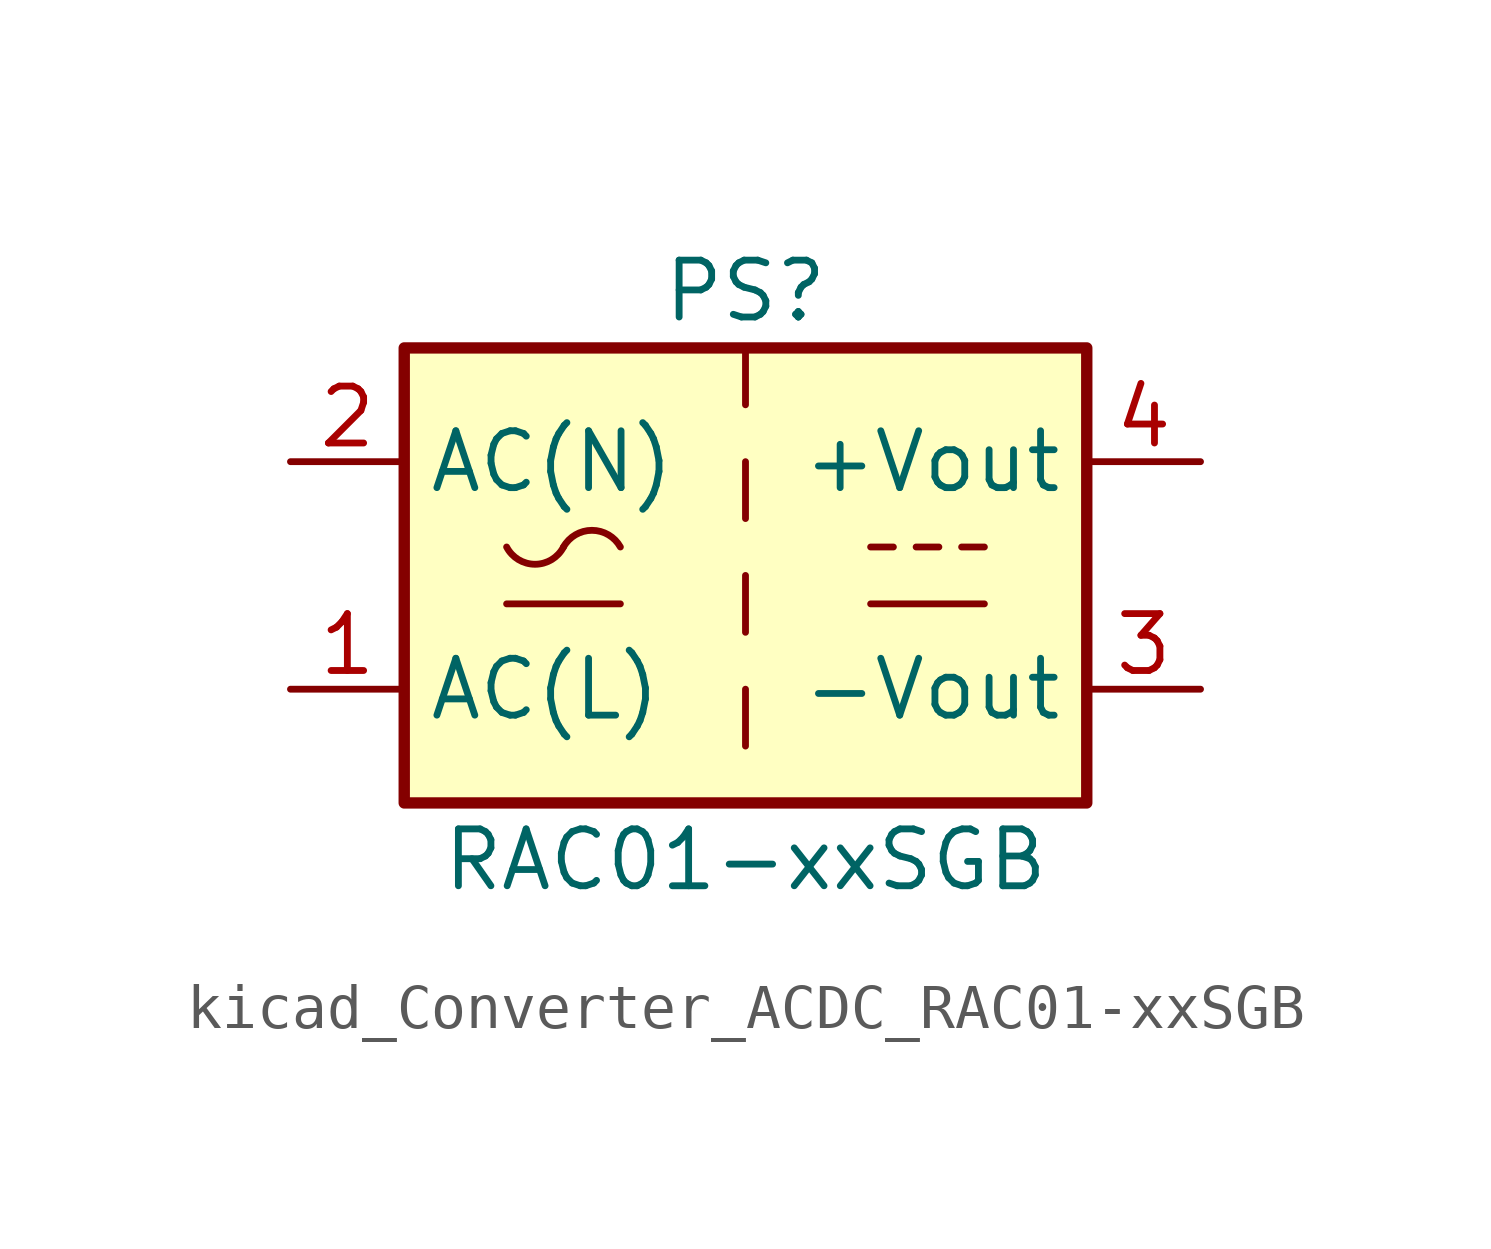
<source format=kicad_sym>
(kicad_symbol_lib
  (version 20220914)
  (generator kicad_symbol_editor)
  (symbol "kicad_Converter_ACDC_RAC01-xxSGB"
    (property "Reference" "PS"
      (at 0 6.35 0)
      (effects (font (size 1.27 1.27))))
    (property "Value" "RAC01-xxSGB"
      (at 0 -6.35 0)
      (effects (font (size 1.27 1.27))))
    (symbol "kicad_Converter_ACDC_RAC01-xxSGB_1_1"
      (rectangle (start -7.62 5.08) (end 7.62 -5.08) (stroke (width 0.254) (type default)) (fill (type background)))
      (arc (start -5.334 0.635) (mid -4.699 0.2495) (end -4.064 0.635) (stroke (width 0) (type default)) (fill (type none)))
      (arc (start -2.794 0.635) (mid -3.429 1.0072) (end -4.064 0.635) (stroke (width 0) (type default)) (fill (type none)))
      (polyline (pts (xy -5.334 -0.635) (xy -2.794 -0.635)) (stroke (width 0) (type default)) (fill (type none)))
      (polyline (pts (xy 0 -2.54) (xy 0 -3.81)) (stroke (width 0) (type default)) (fill (type none)))
      (polyline (pts (xy 0 0) (xy 0 -1.27)) (stroke (width 0) (type default)) (fill (type none)))
      (polyline (pts (xy 0 2.54) (xy 0 1.27)) (stroke (width 0) (type default)) (fill (type none)))
      (polyline (pts (xy 0 5.08) (xy 0 3.81)) (stroke (width 0) (type default)) (fill (type none)))
      (polyline (pts (xy 2.794 -0.635) (xy 5.334 -0.635)) (stroke (width 0) (type default)) (fill (type none)))
      (polyline (pts (xy 2.794 0.635) (xy 3.302 0.635)) (stroke (width 0) (type default)) (fill (type none)))
      (polyline (pts (xy 3.81 0.635) (xy 4.318 0.635)) (stroke (width 0) (type default)) (fill (type none)))
      (polyline (pts (xy 4.826 0.635) (xy 5.334 0.635)) (stroke (width 0) (type default)) (fill (type none)))
      (pin power_in line (at -10.16 -2.54 0) (length 2.54) (name "AC(L)" (effects (font (size 1.27 1.27)))) (number "1" (effects (font (size 1.27 1.27)))))
      (pin power_in line (at -10.16 2.54 0) (length 2.54) (name "AC(N)" (effects (font (size 1.27 1.27)))) (number "2" (effects (font (size 1.27 1.27)))))
      (pin power_out line (at 10.16 -2.54 180) (length 2.54) (name "-Vout" (effects (font (size 1.27 1.27)))) (number "3" (effects (font (size 1.27 1.27)))))
      (pin power_out line (at 10.16 2.54 180) (length 2.54) (name "+Vout" (effects (font (size 1.27 1.27)))) (number "4" (effects (font (size 1.27 1.27))))))))
</source>
